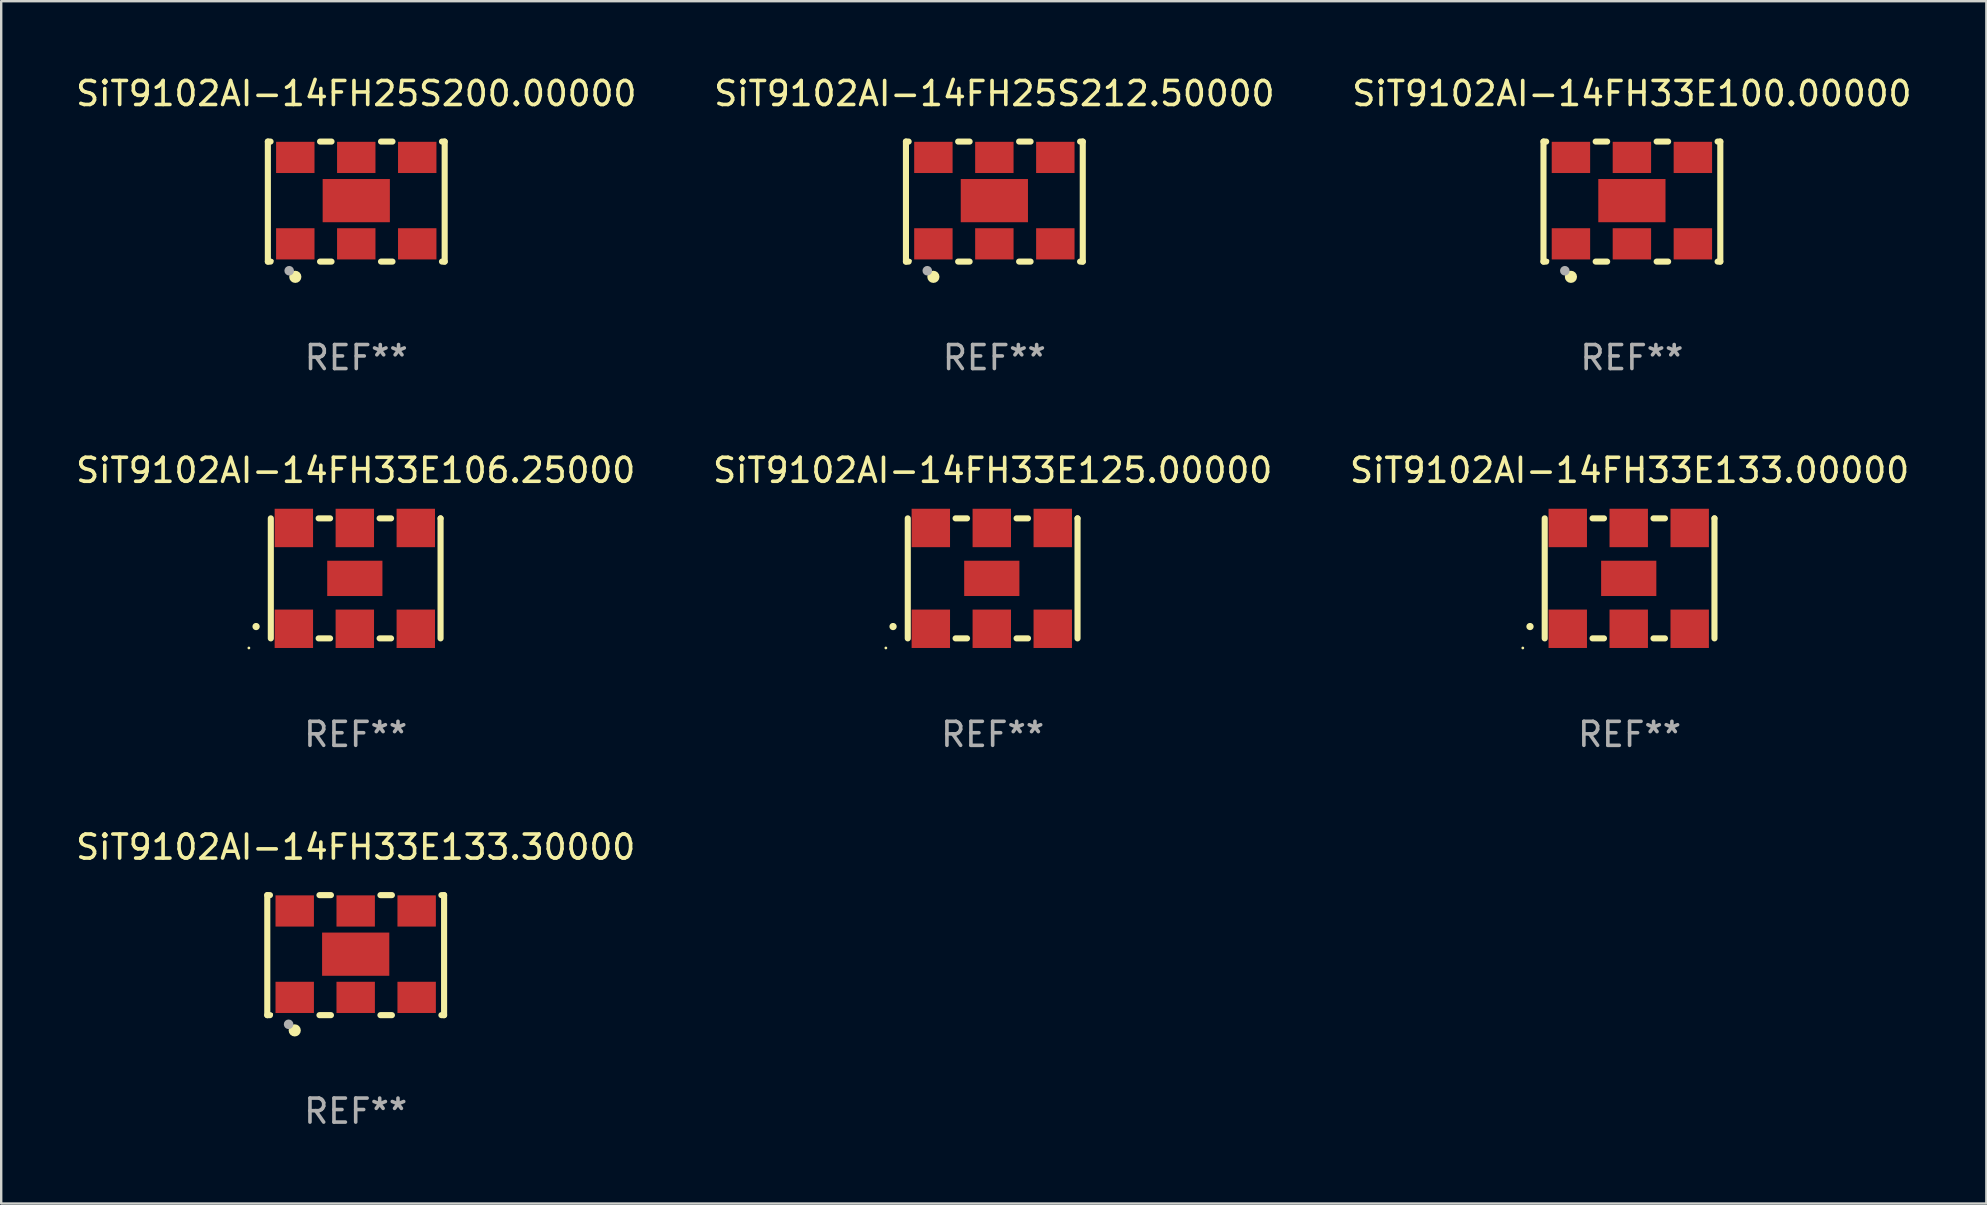
<source format=kicad_pcb>
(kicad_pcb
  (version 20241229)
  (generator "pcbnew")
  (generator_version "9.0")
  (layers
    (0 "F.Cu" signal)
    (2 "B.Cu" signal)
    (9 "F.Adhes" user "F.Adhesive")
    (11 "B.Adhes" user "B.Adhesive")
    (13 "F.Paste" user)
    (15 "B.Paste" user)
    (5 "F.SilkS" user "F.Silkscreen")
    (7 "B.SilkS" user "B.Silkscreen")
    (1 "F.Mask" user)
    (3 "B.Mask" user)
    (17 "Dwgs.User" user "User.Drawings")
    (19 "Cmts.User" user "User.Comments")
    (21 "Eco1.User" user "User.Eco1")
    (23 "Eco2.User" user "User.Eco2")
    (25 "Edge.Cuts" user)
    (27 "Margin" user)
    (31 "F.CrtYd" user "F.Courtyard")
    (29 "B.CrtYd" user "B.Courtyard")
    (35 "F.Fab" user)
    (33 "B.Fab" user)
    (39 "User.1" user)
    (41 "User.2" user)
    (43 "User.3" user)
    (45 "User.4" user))
  (footprint "SiT9102AI-14FH33E133.30000"
    (layer "F.Cu")
    (at 11.768 36.741)
    (property "Reference" "SiT9102AI-14FH33E133.30000" (at 0 -4.5 0) (layer "F.SilkS") (effects (font (size 1 1) (thickness 0.15))))
    (attr through_hole)
    (fp_line (start -3.683 -2.5) (end -3.571 -2.5) (stroke (width 0.254) (type solid)) (layer "F.SilkS"))
    (fp_line (start -3.683 2.5) (end -3.683 -2.5) (stroke (width 0.254) (type solid)) (layer "F.SilkS"))
    (fp_line (start -3.683 2.5) (end -3.571 2.5) (stroke (width 0.254) (type solid)) (layer "F.SilkS"))
    (fp_line (start -1.509 -2.5) (end -1.031 -2.5) (stroke (width 0.254) (type solid)) (layer "F.SilkS"))
    (fp_line (start -1.509 2.5) (end -1.031 2.5) (stroke (width 0.254) (type solid)) (layer "F.SilkS"))
    (fp_line (start 1.031 -2.5) (end 1.509 -2.5) (stroke (width 0.254) (type solid)) (layer "F.SilkS"))
    (fp_line (start 1.031 2.5) (end 1.509 2.5) (stroke (width 0.254) (type solid)) (layer "F.SilkS"))
    (fp_line (start 3.571 -2.5) (end 3.683 -2.5) (stroke (width 0.254) (type solid)) (layer "F.SilkS"))
    (fp_line (start 3.571 2.5) (end 3.683 2.5) (stroke (width 0.254) (type solid)) (layer "F.SilkS"))
    (fp_line (start 3.683 2.5) (end 3.683 -2.5) (stroke (width 0.254) (type solid)) (layer "F.SilkS"))
    (fp_circle (center -3.5 2.46) (end -3.47 2.46) (stroke (width 0.06) (type solid)) (fill no) (layer "F.SilkS"))
    (fp_circle (center -2.54 3.135) (end -2.413 3.135) (stroke (width 0.254) (type solid)) (fill no) (layer "F.SilkS"))
    (fp_circle (center -2.794 2.881) (end -2.694 2.881) (stroke (width 0.2) (type solid)) (fill no) (layer "F.Fab"))
    (fp_text user "REF**" (at 0 6.5 0) (layer "F.Fab") (effects (font (size 1 1) (thickness 0.15))))
    (pad "1" smd rect (at -2.54 1.76) (size 1.6 1.3) (layers "F.Cu" "F.Mask" "F.Paste"))
    (pad "2" smd rect (at 0 1.76) (size 1.6 1.3) (layers "F.Cu" "F.Mask" "F.Paste"))
    (pad "3" smd rect (at 2.54 1.76) (size 1.6 1.3) (layers "F.Cu" "F.Mask" "F.Paste"))
    (pad "4" smd rect (at 2.54 -1.84) (size 1.6 1.3) (layers "F.Cu" "F.Mask" "F.Paste"))
    (pad "5" smd rect (at 0 -1.84) (size 1.6 1.3) (layers "F.Cu" "F.Mask" "F.Paste"))
    (pad "6" smd rect (at -2.54 -1.84) (size 1.6 1.3) (layers "F.Cu" "F.Mask" "F.Paste"))
    (pad "7" smd rect (at 0 -0.04) (size 2.8 1.8) (layers "F.Cu" "F.Mask" "F.Paste")))
  (footprint "SiT9102AI-14FH33E125.00000"
    (layer "F.Cu")
    (at 38.304 21.045)
    (property "Reference" "SiT9102AI-14FH33E125.00000" (at 0 -4.5 0) (layer "F.SilkS") (effects (font (size 1 1) (thickness 0.15))))
    (attr through_hole)
    (fp_line (start -3.536 -2.5) (end -3.536 2.5) (stroke (width 0.254) (type solid)) (layer "F.SilkS"))
    (fp_line (start -1.544 2.5) (end -1.067 2.5) (stroke (width 0.254) (type solid)) (layer "F.SilkS"))
    (fp_line (start -1.067 -2.5) (end -1.544 -2.5) (stroke (width 0.254) (type solid)) (layer "F.SilkS"))
    (fp_line (start 0.996 2.5) (end 1.473 2.5) (stroke (width 0.254) (type solid)) (layer "F.SilkS"))
    (fp_line (start 1.473 -2.5) (end 0.996 -2.5) (stroke (width 0.254) (type solid)) (layer "F.SilkS"))
    (fp_line (start 3.536 -2.5) (end 3.536 -2.5) (stroke (width 0.254) (type solid)) (layer "F.SilkS"))
    (fp_line (start 3.536 2.5) (end 3.536 -2.5) (stroke (width 0.254) (type solid)) (layer "F.SilkS"))
    (fp_arc (start -4.150432 2.006604) (mid -4.149162 2.006599) (end -4.147892 2.006604) (stroke (width 0.3) (type solid)) (layer "F.SilkS"))
    (fp_circle (center -4.449 2.9) (end -4.419 2.9) (stroke (width 0.06) (type solid)) (fill no) (layer "F.SilkS"))
    (fp_text user "REF**" (at 0 6.5 0) (layer "F.Fab") (effects (font (size 1 1) (thickness 0.15))))
    (pad "1" smd rect (at -2.576 2.1) (size 1.6 1.6) (layers "F.Cu" "F.Mask" "F.Paste"))
    (pad "2" smd rect (at -0.036 2.1) (size 1.6 1.6) (layers "F.Cu" "F.Mask" "F.Paste"))
    (pad "3" smd rect (at 2.504 2.1) (size 1.6 1.6) (layers "F.Cu" "F.Mask" "F.Paste"))
    (pad "4" smd rect (at 2.504 -2.1) (size 1.6 1.6) (layers "F.Cu" "F.Mask" "F.Paste"))
    (pad "5" smd rect (at -0.036 -2.1) (size 1.6 1.6) (layers "F.Cu" "F.Mask" "F.Paste"))
    (pad "6" smd rect (at -2.576 -2.1) (size 1.6 1.6) (layers "F.Cu" "F.Mask" "F.Paste"))
    (pad "7" smd rect (at -0.036 0) (size 2.3 1.47) (layers "F.Cu" "F.Mask" "F.Paste")))
  (footprint "SiT9102AI-14FH33E133.00000"
    (layer "F.Cu")
    (at 64.839 21.045)
    (property "Reference" "SiT9102AI-14FH33E133.00000" (at 0 -4.5 0) (layer "F.SilkS") (effects (font (size 1 1) (thickness 0.15))))
    (attr through_hole)
    (fp_line (start -3.536 -2.5) (end -3.536 2.5) (stroke (width 0.254) (type solid)) (layer "F.SilkS"))
    (fp_line (start -1.544 2.5) (end -1.067 2.5) (stroke (width 0.254) (type solid)) (layer "F.SilkS"))
    (fp_line (start -1.067 -2.5) (end -1.544 -2.5) (stroke (width 0.254) (type solid)) (layer "F.SilkS"))
    (fp_line (start 0.996 2.5) (end 1.473 2.5) (stroke (width 0.254) (type solid)) (layer "F.SilkS"))
    (fp_line (start 1.473 -2.5) (end 0.996 -2.5) (stroke (width 0.254) (type solid)) (layer "F.SilkS"))
    (fp_line (start 3.536 -2.5) (end 3.536 -2.5) (stroke (width 0.254) (type solid)) (layer "F.SilkS"))
    (fp_line (start 3.536 2.5) (end 3.536 -2.5) (stroke (width 0.254) (type solid)) (layer "F.SilkS"))
    (fp_arc (start -4.150432 2.006604) (mid -4.149162 2.006599) (end -4.147892 2.006604) (stroke (width 0.3) (type solid)) (layer "F.SilkS"))
    (fp_circle (center -4.449 2.9) (end -4.419 2.9) (stroke (width 0.06) (type solid)) (fill no) (layer "F.SilkS"))
    (fp_text user "REF**" (at 0 6.5 0) (layer "F.Fab") (effects (font (size 1 1) (thickness 0.15))))
    (pad "1" smd rect (at -2.576 2.1) (size 1.6 1.6) (layers "F.Cu" "F.Mask" "F.Paste"))
    (pad "2" smd rect (at -0.036 2.1) (size 1.6 1.6) (layers "F.Cu" "F.Mask" "F.Paste"))
    (pad "3" smd rect (at 2.504 2.1) (size 1.6 1.6) (layers "F.Cu" "F.Mask" "F.Paste"))
    (pad "4" smd rect (at 2.504 -2.1) (size 1.6 1.6) (layers "F.Cu" "F.Mask" "F.Paste"))
    (pad "5" smd rect (at -0.036 -2.1) (size 1.6 1.6) (layers "F.Cu" "F.Mask" "F.Paste"))
    (pad "6" smd rect (at -2.576 -2.1) (size 1.6 1.6) (layers "F.Cu" "F.Mask" "F.Paste"))
    (pad "7" smd rect (at -0.036 0) (size 2.3 1.47) (layers "F.Cu" "F.Mask" "F.Paste")))
  (footprint "SiT9102AI-14FH33E100.00000"
    (layer "F.Cu")
    (at 64.935 5.348)
    (property "Reference" "SiT9102AI-14FH33E100.00000" (at 0 -4.5 0) (layer "F.SilkS") (effects (font (size 1 1) (thickness 0.15))))
    (attr through_hole)
    (fp_line (start -3.683 -2.5) (end -3.571 -2.5) (stroke (width 0.254) (type solid)) (layer "F.SilkS"))
    (fp_line (start -3.683 2.5) (end -3.683 -2.5) (stroke (width 0.254) (type solid)) (layer "F.SilkS"))
    (fp_line (start -3.683 2.5) (end -3.571 2.5) (stroke (width 0.254) (type solid)) (layer "F.SilkS"))
    (fp_line (start -1.509 -2.5) (end -1.031 -2.5) (stroke (width 0.254) (type solid)) (layer "F.SilkS"))
    (fp_line (start -1.509 2.5) (end -1.031 2.5) (stroke (width 0.254) (type solid)) (layer "F.SilkS"))
    (fp_line (start 1.031 -2.5) (end 1.509 -2.5) (stroke (width 0.254) (type solid)) (layer "F.SilkS"))
    (fp_line (start 1.031 2.5) (end 1.509 2.5) (stroke (width 0.254) (type solid)) (layer "F.SilkS"))
    (fp_line (start 3.571 -2.5) (end 3.683 -2.5) (stroke (width 0.254) (type solid)) (layer "F.SilkS"))
    (fp_line (start 3.571 2.5) (end 3.683 2.5) (stroke (width 0.254) (type solid)) (layer "F.SilkS"))
    (fp_line (start 3.683 2.5) (end 3.683 -2.5) (stroke (width 0.254) (type solid)) (layer "F.SilkS"))
    (fp_circle (center -3.5 2.46) (end -3.47 2.46) (stroke (width 0.06) (type solid)) (fill no) (layer "F.SilkS"))
    (fp_circle (center -2.54 3.135) (end -2.413 3.135) (stroke (width 0.254) (type solid)) (fill no) (layer "F.SilkS"))
    (fp_circle (center -2.794 2.881) (end -2.694 2.881) (stroke (width 0.2) (type solid)) (fill no) (layer "F.Fab"))
    (fp_text user "REF**" (at 0 6.5 0) (layer "F.Fab") (effects (font (size 1 1) (thickness 0.15))))
    (pad "1" smd rect (at -2.54 1.76) (size 1.6 1.3) (layers "F.Cu" "F.Mask" "F.Paste"))
    (pad "2" smd rect (at 0 1.76) (size 1.6 1.3) (layers "F.Cu" "F.Mask" "F.Paste"))
    (pad "3" smd rect (at 2.54 1.76) (size 1.6 1.3) (layers "F.Cu" "F.Mask" "F.Paste"))
    (pad "4" smd rect (at 2.54 -1.84) (size 1.6 1.3) (layers "F.Cu" "F.Mask" "F.Paste"))
    (pad "5" smd rect (at 0 -1.84) (size 1.6 1.3) (layers "F.Cu" "F.Mask" "F.Paste"))
    (pad "6" smd rect (at -2.54 -1.84) (size 1.6 1.3) (layers "F.Cu" "F.Mask" "F.Paste"))
    (pad "7" smd rect (at 0 -0.04) (size 2.8 1.8) (layers "F.Cu" "F.Mask" "F.Paste")))
  (footprint "SiT9102AI-14FH33E106.25000"
    (layer "F.Cu")
    (at 11.768 21.045)
    (property "Reference" "SiT9102AI-14FH33E106.25000" (at 0 -4.5 0) (layer "F.SilkS") (effects (font (size 1 1) (thickness 0.15))))
    (attr through_hole)
    (fp_line (start -3.536 -2.5) (end -3.536 2.5) (stroke (width 0.254) (type solid)) (layer "F.SilkS"))
    (fp_line (start -1.544 2.5) (end -1.067 2.5) (stroke (width 0.254) (type solid)) (layer "F.SilkS"))
    (fp_line (start -1.067 -2.5) (end -1.544 -2.5) (stroke (width 0.254) (type solid)) (layer "F.SilkS"))
    (fp_line (start 0.996 2.5) (end 1.473 2.5) (stroke (width 0.254) (type solid)) (layer "F.SilkS"))
    (fp_line (start 1.473 -2.5) (end 0.996 -2.5) (stroke (width 0.254) (type solid)) (layer "F.SilkS"))
    (fp_line (start 3.536 -2.5) (end 3.536 -2.5) (stroke (width 0.254) (type solid)) (layer "F.SilkS"))
    (fp_line (start 3.536 2.5) (end 3.536 -2.5) (stroke (width 0.254) (type solid)) (layer "F.SilkS"))
    (fp_arc (start -4.150432 2.006604) (mid -4.149162 2.006599) (end -4.147892 2.006604) (stroke (width 0.3) (type solid)) (layer "F.SilkS"))
    (fp_circle (center -4.449 2.9) (end -4.419 2.9) (stroke (width 0.06) (type solid)) (fill no) (layer "F.SilkS"))
    (fp_text user "REF**" (at 0 6.5 0) (layer "F.Fab") (effects (font (size 1 1) (thickness 0.15))))
    (pad "1" smd rect (at -2.576 2.1) (size 1.6 1.6) (layers "F.Cu" "F.Mask" "F.Paste"))
    (pad "2" smd rect (at -0.036 2.1) (size 1.6 1.6) (layers "F.Cu" "F.Mask" "F.Paste"))
    (pad "3" smd rect (at 2.504 2.1) (size 1.6 1.6) (layers "F.Cu" "F.Mask" "F.Paste"))
    (pad "4" smd rect (at 2.504 -2.1) (size 1.6 1.6) (layers "F.Cu" "F.Mask" "F.Paste"))
    (pad "5" smd rect (at -0.036 -2.1) (size 1.6 1.6) (layers "F.Cu" "F.Mask" "F.Paste"))
    (pad "6" smd rect (at -2.576 -2.1) (size 1.6 1.6) (layers "F.Cu" "F.Mask" "F.Paste"))
    (pad "7" smd rect (at -0.036 0) (size 2.3 1.47) (layers "F.Cu" "F.Mask" "F.Paste")))
  (footprint "SiT9102AI-14FH25S212.50000"
    (layer "F.Cu")
    (at 38.375 5.348)
    (property "Reference" "SiT9102AI-14FH25S212.50000" (at 0 -4.5 0) (layer "F.SilkS") (effects (font (size 1 1) (thickness 0.15))))
    (attr through_hole)
    (fp_line (start -3.683 -2.5) (end -3.571 -2.5) (stroke (width 0.254) (type solid)) (layer "F.SilkS"))
    (fp_line (start -3.683 2.5) (end -3.683 -2.5) (stroke (width 0.254) (type solid)) (layer "F.SilkS"))
    (fp_line (start -3.683 2.5) (end -3.571 2.5) (stroke (width 0.254) (type solid)) (layer "F.SilkS"))
    (fp_line (start -1.509 -2.5) (end -1.031 -2.5) (stroke (width 0.254) (type solid)) (layer "F.SilkS"))
    (fp_line (start -1.509 2.5) (end -1.031 2.5) (stroke (width 0.254) (type solid)) (layer "F.SilkS"))
    (fp_line (start 1.031 -2.5) (end 1.509 -2.5) (stroke (width 0.254) (type solid)) (layer "F.SilkS"))
    (fp_line (start 1.031 2.5) (end 1.509 2.5) (stroke (width 0.254) (type solid)) (layer "F.SilkS"))
    (fp_line (start 3.571 -2.5) (end 3.683 -2.5) (stroke (width 0.254) (type solid)) (layer "F.SilkS"))
    (fp_line (start 3.571 2.5) (end 3.683 2.5) (stroke (width 0.254) (type solid)) (layer "F.SilkS"))
    (fp_line (start 3.683 2.5) (end 3.683 -2.5) (stroke (width 0.254) (type solid)) (layer "F.SilkS"))
    (fp_circle (center -3.5 2.46) (end -3.47 2.46) (stroke (width 0.06) (type solid)) (fill no) (layer "F.SilkS"))
    (fp_circle (center -2.54 3.135) (end -2.413 3.135) (stroke (width 0.254) (type solid)) (fill no) (layer "F.SilkS"))
    (fp_circle (center -2.794 2.881) (end -2.694 2.881) (stroke (width 0.2) (type solid)) (fill no) (layer "F.Fab"))
    (fp_text user "REF**" (at 0 6.5 0) (layer "F.Fab") (effects (font (size 1 1) (thickness 0.15))))
    (pad "1" smd rect (at -2.54 1.76) (size 1.6 1.3) (layers "F.Cu" "F.Mask" "F.Paste"))
    (pad "2" smd rect (at 0 1.76) (size 1.6 1.3) (layers "F.Cu" "F.Mask" "F.Paste"))
    (pad "3" smd rect (at 2.54 1.76) (size 1.6 1.3) (layers "F.Cu" "F.Mask" "F.Paste"))
    (pad "4" smd rect (at 2.54 -1.84) (size 1.6 1.3) (layers "F.Cu" "F.Mask" "F.Paste"))
    (pad "5" smd rect (at 0 -1.84) (size 1.6 1.3) (layers "F.Cu" "F.Mask" "F.Paste"))
    (pad "6" smd rect (at -2.54 -1.84) (size 1.6 1.3) (layers "F.Cu" "F.Mask" "F.Paste"))
    (pad "7" smd rect (at 0 -0.04) (size 2.8 1.8) (layers "F.Cu" "F.Mask" "F.Paste")))
  (footprint "SiT9102AI-14FH25S200.00000"
    (layer "F.Cu")
    (at 11.792 5.348)
    (property "Reference" "SiT9102AI-14FH25S200.00000" (at 0 -4.5 0) (layer "F.SilkS") (effects (font (size 1 1) (thickness 0.15))))
    (attr through_hole)
    (fp_line (start -3.683 -2.5) (end -3.571 -2.5) (stroke (width 0.254) (type solid)) (layer "F.SilkS"))
    (fp_line (start -3.683 2.5) (end -3.683 -2.5) (stroke (width 0.254) (type solid)) (layer "F.SilkS"))
    (fp_line (start -3.683 2.5) (end -3.571 2.5) (stroke (width 0.254) (type solid)) (layer "F.SilkS"))
    (fp_line (start -1.509 -2.5) (end -1.031 -2.5) (stroke (width 0.254) (type solid)) (layer "F.SilkS"))
    (fp_line (start -1.509 2.5) (end -1.031 2.5) (stroke (width 0.254) (type solid)) (layer "F.SilkS"))
    (fp_line (start 1.031 -2.5) (end 1.509 -2.5) (stroke (width 0.254) (type solid)) (layer "F.SilkS"))
    (fp_line (start 1.031 2.5) (end 1.509 2.5) (stroke (width 0.254) (type solid)) (layer "F.SilkS"))
    (fp_line (start 3.571 -2.5) (end 3.683 -2.5) (stroke (width 0.254) (type solid)) (layer "F.SilkS"))
    (fp_line (start 3.571 2.5) (end 3.683 2.5) (stroke (width 0.254) (type solid)) (layer "F.SilkS"))
    (fp_line (start 3.683 2.5) (end 3.683 -2.5) (stroke (width 0.254) (type solid)) (layer "F.SilkS"))
    (fp_circle (center -3.5 2.46) (end -3.47 2.46) (stroke (width 0.06) (type solid)) (fill no) (layer "F.SilkS"))
    (fp_circle (center -2.54 3.135) (end -2.413 3.135) (stroke (width 0.254) (type solid)) (fill no) (layer "F.SilkS"))
    (fp_circle (center -2.794 2.881) (end -2.694 2.881) (stroke (width 0.2) (type solid)) (fill no) (layer "F.Fab"))
    (fp_text user "REF**" (at 0 6.5 0) (layer "F.Fab") (effects (font (size 1 1) (thickness 0.15))))
    (pad "1" smd rect (at -2.54 1.76) (size 1.6 1.3) (layers "F.Cu" "F.Mask" "F.Paste"))
    (pad "2" smd rect (at 0 1.76) (size 1.6 1.3) (layers "F.Cu" "F.Mask" "F.Paste"))
    (pad "3" smd rect (at 2.54 1.76) (size 1.6 1.3) (layers "F.Cu" "F.Mask" "F.Paste"))
    (pad "4" smd rect (at 2.54 -1.84) (size 1.6 1.3) (layers "F.Cu" "F.Mask" "F.Paste"))
    (pad "5" smd rect (at 0 -1.84) (size 1.6 1.3) (layers "F.Cu" "F.Mask" "F.Paste"))
    (pad "6" smd rect (at -2.54 -1.84) (size 1.6 1.3) (layers "F.Cu" "F.Mask" "F.Paste"))
    (pad "7" smd rect (at 0 -0.04) (size 2.8 1.8) (layers "F.Cu" "F.Mask" "F.Paste")))
  (gr_rect
    (start -3 -3)
    (end 79.702 47.09)
    (stroke (width 0.1) (type default))
    (fill no)
    (layer "Edge.Cuts")))
</source>
